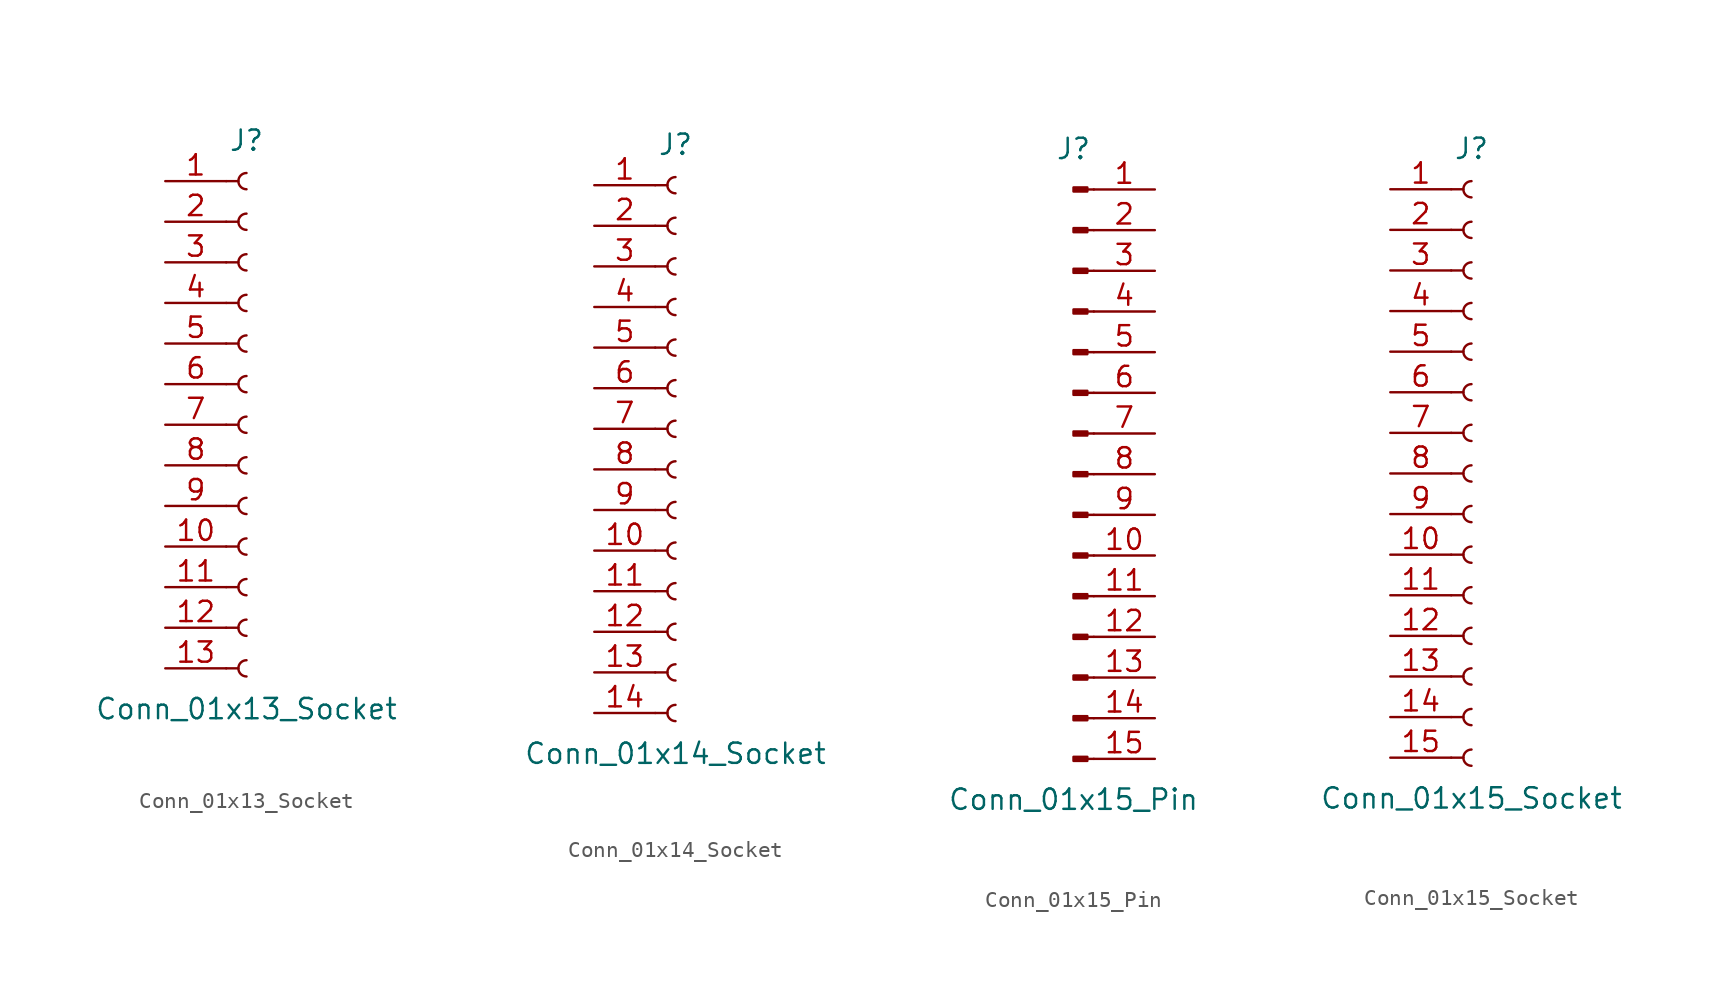
<source format=kicad_sym>
(kicad_symbol_lib
  (version 20220914)
  (generator kicad_symbol_editor)
  (symbol "Conn_01x13_Socket"
    (pin_names
      (offset 1.016) hide)
    (property "Reference" "J"
      (at 0 17.78 0)
      (effects (font (size 1.27 1.27))))
    (property "Value" "Conn_01x13_Socket"
      (at 0 -17.78 0)
      (effects (font (size 1.27 1.27))))
    (property "ki_locked" ""
      (at 0 0 0)
      (effects (font (size 1.27 1.27))))
    (symbol "Conn_01x13_Socket_1_1"
      (arc (start 0 -14.732) (mid -0.5058 -15.24) (end 0 -15.748) (stroke (width 0.1524) (type default)) (fill (type none)))
      (arc (start 0 -12.192) (mid -0.5058 -12.7) (end 0 -13.208) (stroke (width 0.1524) (type default)) (fill (type none)))
      (arc (start 0 -9.652) (mid -0.5058 -10.16) (end 0 -10.668) (stroke (width 0.1524) (type default)) (fill (type none)))
      (arc (start 0 -7.112) (mid -0.5058 -7.62) (end 0 -8.128) (stroke (width 0.1524) (type default)) (fill (type none)))
      (arc (start 0 -4.572) (mid -0.5058 -5.08) (end 0 -5.588) (stroke (width 0.1524) (type default)) (fill (type none)))
      (arc (start 0 -2.032) (mid -0.5058 -2.54) (end 0 -3.048) (stroke (width 0.1524) (type default)) (fill (type none)))
      (polyline (pts (xy -1.27 -15.24) (xy -0.508 -15.24)) (stroke (width 0.152) (type default)) (fill (type none)))
      (polyline (pts (xy -1.27 -12.7) (xy -0.508 -12.7)) (stroke (width 0.152) (type default)) (fill (type none)))
      (polyline (pts (xy -1.27 -10.16) (xy -0.508 -10.16)) (stroke (width 0.152) (type default)) (fill (type none)))
      (polyline (pts (xy -1.27 -7.62) (xy -0.508 -7.62)) (stroke (width 0.152) (type default)) (fill (type none)))
      (polyline (pts (xy -1.27 -5.08) (xy -0.508 -5.08)) (stroke (width 0.152) (type default)) (fill (type none)))
      (polyline (pts (xy -1.27 -2.54) (xy -0.508 -2.54)) (stroke (width 0.152) (type default)) (fill (type none)))
      (polyline (pts (xy -1.27 0) (xy -0.508 0)) (stroke (width 0.152) (type default)) (fill (type none)))
      (polyline (pts (xy -1.27 2.54) (xy -0.508 2.54)) (stroke (width 0.152) (type default)) (fill (type none)))
      (polyline (pts (xy -1.27 5.08) (xy -0.508 5.08)) (stroke (width 0.152) (type default)) (fill (type none)))
      (polyline (pts (xy -1.27 7.62) (xy -0.508 7.62)) (stroke (width 0.152) (type default)) (fill (type none)))
      (polyline (pts (xy -1.27 10.16) (xy -0.508 10.16)) (stroke (width 0.152) (type default)) (fill (type none)))
      (polyline (pts (xy -1.27 12.7) (xy -0.508 12.7)) (stroke (width 0.152) (type default)) (fill (type none)))
      (polyline (pts (xy -1.27 15.24) (xy -0.508 15.24)) (stroke (width 0.152) (type default)) (fill (type none)))
      (arc (start 0 0.508) (mid -0.5058 0) (end 0 -0.508) (stroke (width 0.1524) (type default)) (fill (type none)))
      (arc (start 0 3.048) (mid -0.5058 2.54) (end 0 2.032) (stroke (width 0.1524) (type default)) (fill (type none)))
      (arc (start 0 5.588) (mid -0.5058 5.08) (end 0 4.572) (stroke (width 0.1524) (type default)) (fill (type none)))
      (arc (start 0 8.128) (mid -0.5058 7.62) (end 0 7.112) (stroke (width 0.1524) (type default)) (fill (type none)))
      (arc (start 0 10.668) (mid -0.5058 10.16) (end 0 9.652) (stroke (width 0.1524) (type default)) (fill (type none)))
      (arc (start 0 13.208) (mid -0.5058 12.7) (end 0 12.192) (stroke (width 0.1524) (type default)) (fill (type none)))
      (arc (start 0 15.748) (mid -0.5058 15.24) (end 0 14.732) (stroke (width 0.1524) (type default)) (fill (type none)))
      (pin passive line (at -5.08 15.24 0) (length 3.81) (name "Pin_1" (effects (font (size 1.27 1.27)))) (number "1" (effects (font (size 1.27 1.27)))))
      (pin passive line (at -5.08 -7.62 0) (length 3.81) (name "Pin_10" (effects (font (size 1.27 1.27)))) (number "10" (effects (font (size 1.27 1.27)))))
      (pin passive line (at -5.08 -10.16 0) (length 3.81) (name "Pin_11" (effects (font (size 1.27 1.27)))) (number "11" (effects (font (size 1.27 1.27)))))
      (pin passive line (at -5.08 -12.7 0) (length 3.81) (name "Pin_12" (effects (font (size 1.27 1.27)))) (number "12" (effects (font (size 1.27 1.27)))))
      (pin passive line (at -5.08 -15.24 0) (length 3.81) (name "Pin_13" (effects (font (size 1.27 1.27)))) (number "13" (effects (font (size 1.27 1.27)))))
      (pin passive line (at -5.08 12.7 0) (length 3.81) (name "Pin_2" (effects (font (size 1.27 1.27)))) (number "2" (effects (font (size 1.27 1.27)))))
      (pin passive line (at -5.08 10.16 0) (length 3.81) (name "Pin_3" (effects (font (size 1.27 1.27)))) (number "3" (effects (font (size 1.27 1.27)))))
      (pin passive line (at -5.08 7.62 0) (length 3.81) (name "Pin_4" (effects (font (size 1.27 1.27)))) (number "4" (effects (font (size 1.27 1.27)))))
      (pin passive line (at -5.08 5.08 0) (length 3.81) (name "Pin_5" (effects (font (size 1.27 1.27)))) (number "5" (effects (font (size 1.27 1.27)))))
      (pin passive line (at -5.08 2.54 0) (length 3.81) (name "Pin_6" (effects (font (size 1.27 1.27)))) (number "6" (effects (font (size 1.27 1.27)))))
      (pin passive line (at -5.08 0 0) (length 3.81) (name "Pin_7" (effects (font (size 1.27 1.27)))) (number "7" (effects (font (size 1.27 1.27)))))
      (pin passive line (at -5.08 -2.54 0) (length 3.81) (name "Pin_8" (effects (font (size 1.27 1.27)))) (number "8" (effects (font (size 1.27 1.27)))))
      (pin passive line (at -5.08 -5.08 0) (length 3.81) (name "Pin_9" (effects (font (size 1.27 1.27)))) (number "9" (effects (font (size 1.27 1.27)))))))
  (symbol "Conn_01x14_Socket"
    (pin_names
      (offset 1.016) hide)
    (property "Reference" "J"
      (at 0 17.78 0)
      (effects (font (size 1.27 1.27))))
    (property "Value" "Conn_01x14_Socket"
      (at 0 -20.32 0)
      (effects (font (size 1.27 1.27))))
    (property "ki_locked" ""
      (at 0 0 0)
      (effects (font (size 1.27 1.27))))
    (symbol "Conn_01x14_Socket_1_1"
      (arc (start 0 -17.272) (mid -0.5058 -17.78) (end 0 -18.288) (stroke (width 0.1524) (type default)) (fill (type none)))
      (arc (start 0 -14.732) (mid -0.5058 -15.24) (end 0 -15.748) (stroke (width 0.1524) (type default)) (fill (type none)))
      (arc (start 0 -12.192) (mid -0.5058 -12.7) (end 0 -13.208) (stroke (width 0.1524) (type default)) (fill (type none)))
      (arc (start 0 -9.652) (mid -0.5058 -10.16) (end 0 -10.668) (stroke (width 0.1524) (type default)) (fill (type none)))
      (arc (start 0 -7.112) (mid -0.5058 -7.62) (end 0 -8.128) (stroke (width 0.1524) (type default)) (fill (type none)))
      (arc (start 0 -4.572) (mid -0.5058 -5.08) (end 0 -5.588) (stroke (width 0.1524) (type default)) (fill (type none)))
      (arc (start 0 -2.032) (mid -0.5058 -2.54) (end 0 -3.048) (stroke (width 0.1524) (type default)) (fill (type none)))
      (polyline (pts (xy -1.27 -17.78) (xy -0.508 -17.78)) (stroke (width 0.152) (type default)) (fill (type none)))
      (polyline (pts (xy -1.27 -15.24) (xy -0.508 -15.24)) (stroke (width 0.152) (type default)) (fill (type none)))
      (polyline (pts (xy -1.27 -12.7) (xy -0.508 -12.7)) (stroke (width 0.152) (type default)) (fill (type none)))
      (polyline (pts (xy -1.27 -10.16) (xy -0.508 -10.16)) (stroke (width 0.152) (type default)) (fill (type none)))
      (polyline (pts (xy -1.27 -7.62) (xy -0.508 -7.62)) (stroke (width 0.152) (type default)) (fill (type none)))
      (polyline (pts (xy -1.27 -5.08) (xy -0.508 -5.08)) (stroke (width 0.152) (type default)) (fill (type none)))
      (polyline (pts (xy -1.27 -2.54) (xy -0.508 -2.54)) (stroke (width 0.152) (type default)) (fill (type none)))
      (polyline (pts (xy -1.27 0) (xy -0.508 0)) (stroke (width 0.152) (type default)) (fill (type none)))
      (polyline (pts (xy -1.27 2.54) (xy -0.508 2.54)) (stroke (width 0.152) (type default)) (fill (type none)))
      (polyline (pts (xy -1.27 5.08) (xy -0.508 5.08)) (stroke (width 0.152) (type default)) (fill (type none)))
      (polyline (pts (xy -1.27 7.62) (xy -0.508 7.62)) (stroke (width 0.152) (type default)) (fill (type none)))
      (polyline (pts (xy -1.27 10.16) (xy -0.508 10.16)) (stroke (width 0.152) (type default)) (fill (type none)))
      (polyline (pts (xy -1.27 12.7) (xy -0.508 12.7)) (stroke (width 0.152) (type default)) (fill (type none)))
      (polyline (pts (xy -1.27 15.24) (xy -0.508 15.24)) (stroke (width 0.152) (type default)) (fill (type none)))
      (arc (start 0 0.508) (mid -0.5058 0) (end 0 -0.508) (stroke (width 0.1524) (type default)) (fill (type none)))
      (arc (start 0 3.048) (mid -0.5058 2.54) (end 0 2.032) (stroke (width 0.1524) (type default)) (fill (type none)))
      (arc (start 0 5.588) (mid -0.5058 5.08) (end 0 4.572) (stroke (width 0.1524) (type default)) (fill (type none)))
      (arc (start 0 8.128) (mid -0.5058 7.62) (end 0 7.112) (stroke (width 0.1524) (type default)) (fill (type none)))
      (arc (start 0 10.668) (mid -0.5058 10.16) (end 0 9.652) (stroke (width 0.1524) (type default)) (fill (type none)))
      (arc (start 0 13.208) (mid -0.5058 12.7) (end 0 12.192) (stroke (width 0.1524) (type default)) (fill (type none)))
      (arc (start 0 15.748) (mid -0.5058 15.24) (end 0 14.732) (stroke (width 0.1524) (type default)) (fill (type none)))
      (pin passive line (at -5.08 15.24 0) (length 3.81) (name "Pin_1" (effects (font (size 1.27 1.27)))) (number "1" (effects (font (size 1.27 1.27)))))
      (pin passive line (at -5.08 -7.62 0) (length 3.81) (name "Pin_10" (effects (font (size 1.27 1.27)))) (number "10" (effects (font (size 1.27 1.27)))))
      (pin passive line (at -5.08 -10.16 0) (length 3.81) (name "Pin_11" (effects (font (size 1.27 1.27)))) (number "11" (effects (font (size 1.27 1.27)))))
      (pin passive line (at -5.08 -12.7 0) (length 3.81) (name "Pin_12" (effects (font (size 1.27 1.27)))) (number "12" (effects (font (size 1.27 1.27)))))
      (pin passive line (at -5.08 -15.24 0) (length 3.81) (name "Pin_13" (effects (font (size 1.27 1.27)))) (number "13" (effects (font (size 1.27 1.27)))))
      (pin passive line (at -5.08 -17.78 0) (length 3.81) (name "Pin_14" (effects (font (size 1.27 1.27)))) (number "14" (effects (font (size 1.27 1.27)))))
      (pin passive line (at -5.08 12.7 0) (length 3.81) (name "Pin_2" (effects (font (size 1.27 1.27)))) (number "2" (effects (font (size 1.27 1.27)))))
      (pin passive line (at -5.08 10.16 0) (length 3.81) (name "Pin_3" (effects (font (size 1.27 1.27)))) (number "3" (effects (font (size 1.27 1.27)))))
      (pin passive line (at -5.08 7.62 0) (length 3.81) (name "Pin_4" (effects (font (size 1.27 1.27)))) (number "4" (effects (font (size 1.27 1.27)))))
      (pin passive line (at -5.08 5.08 0) (length 3.81) (name "Pin_5" (effects (font (size 1.27 1.27)))) (number "5" (effects (font (size 1.27 1.27)))))
      (pin passive line (at -5.08 2.54 0) (length 3.81) (name "Pin_6" (effects (font (size 1.27 1.27)))) (number "6" (effects (font (size 1.27 1.27)))))
      (pin passive line (at -5.08 0 0) (length 3.81) (name "Pin_7" (effects (font (size 1.27 1.27)))) (number "7" (effects (font (size 1.27 1.27)))))
      (pin passive line (at -5.08 -2.54 0) (length 3.81) (name "Pin_8" (effects (font (size 1.27 1.27)))) (number "8" (effects (font (size 1.27 1.27)))))
      (pin passive line (at -5.08 -5.08 0) (length 3.81) (name "Pin_9" (effects (font (size 1.27 1.27)))) (number "9" (effects (font (size 1.27 1.27)))))))
  (symbol "Conn_01x15_Pin"
    (pin_names
      (offset 1.016) hide)
    (property "Reference" "J"
      (at 0 20.32 0)
      (effects (font (size 1.27 1.27))))
    (property "Value" "Conn_01x15_Pin"
      (at 0 -20.32 0)
      (effects (font (size 1.27 1.27))))
    (property "ki_locked" ""
      (at 0 0 0)
      (effects (font (size 1.27 1.27))))
    (symbol "Conn_01x15_Pin_1_1"
      (polyline (pts (xy 1.27 -17.78) (xy 0.864 -17.78)) (stroke (width 0.152) (type default)) (fill (type none)))
      (polyline (pts (xy 1.27 -15.24) (xy 0.864 -15.24)) (stroke (width 0.152) (type default)) (fill (type none)))
      (polyline (pts (xy 1.27 -12.7) (xy 0.864 -12.7)) (stroke (width 0.152) (type default)) (fill (type none)))
      (polyline (pts (xy 1.27 -10.16) (xy 0.864 -10.16)) (stroke (width 0.152) (type default)) (fill (type none)))
      (polyline (pts (xy 1.27 -7.62) (xy 0.864 -7.62)) (stroke (width 0.152) (type default)) (fill (type none)))
      (polyline (pts (xy 1.27 -5.08) (xy 0.864 -5.08)) (stroke (width 0.152) (type default)) (fill (type none)))
      (polyline (pts (xy 1.27 -2.54) (xy 0.864 -2.54)) (stroke (width 0.152) (type default)) (fill (type none)))
      (polyline (pts (xy 1.27 0) (xy 0.864 0)) (stroke (width 0.152) (type default)) (fill (type none)))
      (polyline (pts (xy 1.27 2.54) (xy 0.864 2.54)) (stroke (width 0.152) (type default)) (fill (type none)))
      (polyline (pts (xy 1.27 5.08) (xy 0.864 5.08)) (stroke (width 0.152) (type default)) (fill (type none)))
      (polyline (pts (xy 1.27 7.62) (xy 0.864 7.62)) (stroke (width 0.152) (type default)) (fill (type none)))
      (polyline (pts (xy 1.27 10.16) (xy 0.864 10.16)) (stroke (width 0.152) (type default)) (fill (type none)))
      (polyline (pts (xy 1.27 12.7) (xy 0.864 12.7)) (stroke (width 0.152) (type default)) (fill (type none)))
      (polyline (pts (xy 1.27 15.24) (xy 0.864 15.24)) (stroke (width 0.152) (type default)) (fill (type none)))
      (polyline (pts (xy 1.27 17.78) (xy 0.864 17.78)) (stroke (width 0.152) (type default)) (fill (type none)))
      (rectangle (start 0.864 -17.653) (end 0 -17.907) (stroke (width 0.152) (type default)) (fill (type outline)))
      (rectangle (start 0.864 -15.113) (end 0 -15.367) (stroke (width 0.152) (type default)) (fill (type outline)))
      (rectangle (start 0.864 -12.573) (end 0 -12.827) (stroke (width 0.152) (type default)) (fill (type outline)))
      (rectangle (start 0.864 -10.033) (end 0 -10.287) (stroke (width 0.152) (type default)) (fill (type outline)))
      (rectangle (start 0.864 -7.493) (end 0 -7.747) (stroke (width 0.152) (type default)) (fill (type outline)))
      (rectangle (start 0.864 -4.953) (end 0 -5.207) (stroke (width 0.152) (type default)) (fill (type outline)))
      (rectangle (start 0.864 -2.413) (end 0 -2.667) (stroke (width 0.152) (type default)) (fill (type outline)))
      (rectangle (start 0.864 0.127) (end 0 -0.127) (stroke (width 0.152) (type default)) (fill (type outline)))
      (rectangle (start 0.864 2.667) (end 0 2.413) (stroke (width 0.152) (type default)) (fill (type outline)))
      (rectangle (start 0.864 5.207) (end 0 4.953) (stroke (width 0.152) (type default)) (fill (type outline)))
      (rectangle (start 0.864 7.747) (end 0 7.493) (stroke (width 0.152) (type default)) (fill (type outline)))
      (rectangle (start 0.864 10.287) (end 0 10.033) (stroke (width 0.152) (type default)) (fill (type outline)))
      (rectangle (start 0.864 12.827) (end 0 12.573) (stroke (width 0.152) (type default)) (fill (type outline)))
      (rectangle (start 0.864 15.367) (end 0 15.113) (stroke (width 0.152) (type default)) (fill (type outline)))
      (rectangle (start 0.864 17.907) (end 0 17.653) (stroke (width 0.152) (type default)) (fill (type outline)))
      (pin passive line (at 5.08 17.78 180) (length 3.81) (name "Pin_1" (effects (font (size 1.27 1.27)))) (number "1" (effects (font (size 1.27 1.27)))))
      (pin passive line (at 5.08 -5.08 180) (length 3.81) (name "Pin_10" (effects (font (size 1.27 1.27)))) (number "10" (effects (font (size 1.27 1.27)))))
      (pin passive line (at 5.08 -7.62 180) (length 3.81) (name "Pin_11" (effects (font (size 1.27 1.27)))) (number "11" (effects (font (size 1.27 1.27)))))
      (pin passive line (at 5.08 -10.16 180) (length 3.81) (name "Pin_12" (effects (font (size 1.27 1.27)))) (number "12" (effects (font (size 1.27 1.27)))))
      (pin passive line (at 5.08 -12.7 180) (length 3.81) (name "Pin_13" (effects (font (size 1.27 1.27)))) (number "13" (effects (font (size 1.27 1.27)))))
      (pin passive line (at 5.08 -15.24 180) (length 3.81) (name "Pin_14" (effects (font (size 1.27 1.27)))) (number "14" (effects (font (size 1.27 1.27)))))
      (pin passive line (at 5.08 -17.78 180) (length 3.81) (name "Pin_15" (effects (font (size 1.27 1.27)))) (number "15" (effects (font (size 1.27 1.27)))))
      (pin passive line (at 5.08 15.24 180) (length 3.81) (name "Pin_2" (effects (font (size 1.27 1.27)))) (number "2" (effects (font (size 1.27 1.27)))))
      (pin passive line (at 5.08 12.7 180) (length 3.81) (name "Pin_3" (effects (font (size 1.27 1.27)))) (number "3" (effects (font (size 1.27 1.27)))))
      (pin passive line (at 5.08 10.16 180) (length 3.81) (name "Pin_4" (effects (font (size 1.27 1.27)))) (number "4" (effects (font (size 1.27 1.27)))))
      (pin passive line (at 5.08 7.62 180) (length 3.81) (name "Pin_5" (effects (font (size 1.27 1.27)))) (number "5" (effects (font (size 1.27 1.27)))))
      (pin passive line (at 5.08 5.08 180) (length 3.81) (name "Pin_6" (effects (font (size 1.27 1.27)))) (number "6" (effects (font (size 1.27 1.27)))))
      (pin passive line (at 5.08 2.54 180) (length 3.81) (name "Pin_7" (effects (font (size 1.27 1.27)))) (number "7" (effects (font (size 1.27 1.27)))))
      (pin passive line (at 5.08 0 180) (length 3.81) (name "Pin_8" (effects (font (size 1.27 1.27)))) (number "8" (effects (font (size 1.27 1.27)))))
      (pin passive line (at 5.08 -2.54 180) (length 3.81) (name "Pin_9" (effects (font (size 1.27 1.27)))) (number "9" (effects (font (size 1.27 1.27)))))))
  (symbol "Conn_01x15_Socket"
    (pin_names
      (offset 1.016) hide)
    (property "Reference" "J"
      (at 0 20.32 0)
      (effects (font (size 1.27 1.27))))
    (property "Value" "Conn_01x15_Socket"
      (at 0 -20.32 0)
      (effects (font (size 1.27 1.27))))
    (property "ki_locked" ""
      (at 0 0 0)
      (effects (font (size 1.27 1.27))))
    (symbol "Conn_01x15_Socket_1_1"
      (arc (start 0 -17.272) (mid -0.5058 -17.78) (end 0 -18.288) (stroke (width 0.1524) (type default)) (fill (type none)))
      (arc (start 0 -14.732) (mid -0.5058 -15.24) (end 0 -15.748) (stroke (width 0.1524) (type default)) (fill (type none)))
      (arc (start 0 -12.192) (mid -0.5058 -12.7) (end 0 -13.208) (stroke (width 0.1524) (type default)) (fill (type none)))
      (arc (start 0 -9.652) (mid -0.5058 -10.16) (end 0 -10.668) (stroke (width 0.1524) (type default)) (fill (type none)))
      (arc (start 0 -7.112) (mid -0.5058 -7.62) (end 0 -8.128) (stroke (width 0.1524) (type default)) (fill (type none)))
      (arc (start 0 -4.572) (mid -0.5058 -5.08) (end 0 -5.588) (stroke (width 0.1524) (type default)) (fill (type none)))
      (arc (start 0 -2.032) (mid -0.5058 -2.54) (end 0 -3.048) (stroke (width 0.1524) (type default)) (fill (type none)))
      (polyline (pts (xy -1.27 -17.78) (xy -0.508 -17.78)) (stroke (width 0.152) (type default)) (fill (type none)))
      (polyline (pts (xy -1.27 -15.24) (xy -0.508 -15.24)) (stroke (width 0.152) (type default)) (fill (type none)))
      (polyline (pts (xy -1.27 -12.7) (xy -0.508 -12.7)) (stroke (width 0.152) (type default)) (fill (type none)))
      (polyline (pts (xy -1.27 -10.16) (xy -0.508 -10.16)) (stroke (width 0.152) (type default)) (fill (type none)))
      (polyline (pts (xy -1.27 -7.62) (xy -0.508 -7.62)) (stroke (width 0.152) (type default)) (fill (type none)))
      (polyline (pts (xy -1.27 -5.08) (xy -0.508 -5.08)) (stroke (width 0.152) (type default)) (fill (type none)))
      (polyline (pts (xy -1.27 -2.54) (xy -0.508 -2.54)) (stroke (width 0.152) (type default)) (fill (type none)))
      (polyline (pts (xy -1.27 0) (xy -0.508 0)) (stroke (width 0.152) (type default)) (fill (type none)))
      (polyline (pts (xy -1.27 2.54) (xy -0.508 2.54)) (stroke (width 0.152) (type default)) (fill (type none)))
      (polyline (pts (xy -1.27 5.08) (xy -0.508 5.08)) (stroke (width 0.152) (type default)) (fill (type none)))
      (polyline (pts (xy -1.27 7.62) (xy -0.508 7.62)) (stroke (width 0.152) (type default)) (fill (type none)))
      (polyline (pts (xy -1.27 10.16) (xy -0.508 10.16)) (stroke (width 0.152) (type default)) (fill (type none)))
      (polyline (pts (xy -1.27 12.7) (xy -0.508 12.7)) (stroke (width 0.152) (type default)) (fill (type none)))
      (polyline (pts (xy -1.27 15.24) (xy -0.508 15.24)) (stroke (width 0.152) (type default)) (fill (type none)))
      (polyline (pts (xy -1.27 17.78) (xy -0.508 17.78)) (stroke (width 0.152) (type default)) (fill (type none)))
      (arc (start 0 0.508) (mid -0.5058 0) (end 0 -0.508) (stroke (width 0.1524) (type default)) (fill (type none)))
      (arc (start 0 3.048) (mid -0.5058 2.54) (end 0 2.032) (stroke (width 0.1524) (type default)) (fill (type none)))
      (arc (start 0 5.588) (mid -0.5058 5.08) (end 0 4.572) (stroke (width 0.1524) (type default)) (fill (type none)))
      (arc (start 0 8.128) (mid -0.5058 7.62) (end 0 7.112) (stroke (width 0.1524) (type default)) (fill (type none)))
      (arc (start 0 10.668) (mid -0.5058 10.16) (end 0 9.652) (stroke (width 0.1524) (type default)) (fill (type none)))
      (arc (start 0 13.208) (mid -0.5058 12.7) (end 0 12.192) (stroke (width 0.1524) (type default)) (fill (type none)))
      (arc (start 0 15.748) (mid -0.5058 15.24) (end 0 14.732) (stroke (width 0.1524) (type default)) (fill (type none)))
      (arc (start 0 18.288) (mid -0.5058 17.78) (end 0 17.272) (stroke (width 0.1524) (type default)) (fill (type none)))
      (pin passive line (at -5.08 17.78 0) (length 3.81) (name "Pin_1" (effects (font (size 1.27 1.27)))) (number "1" (effects (font (size 1.27 1.27)))))
      (pin passive line (at -5.08 -5.08 0) (length 3.81) (name "Pin_10" (effects (font (size 1.27 1.27)))) (number "10" (effects (font (size 1.27 1.27)))))
      (pin passive line (at -5.08 -7.62 0) (length 3.81) (name "Pin_11" (effects (font (size 1.27 1.27)))) (number "11" (effects (font (size 1.27 1.27)))))
      (pin passive line (at -5.08 -10.16 0) (length 3.81) (name "Pin_12" (effects (font (size 1.27 1.27)))) (number "12" (effects (font (size 1.27 1.27)))))
      (pin passive line (at -5.08 -12.7 0) (length 3.81) (name "Pin_13" (effects (font (size 1.27 1.27)))) (number "13" (effects (font (size 1.27 1.27)))))
      (pin passive line (at -5.08 -15.24 0) (length 3.81) (name "Pin_14" (effects (font (size 1.27 1.27)))) (number "14" (effects (font (size 1.27 1.27)))))
      (pin passive line (at -5.08 -17.78 0) (length 3.81) (name "Pin_15" (effects (font (size 1.27 1.27)))) (number "15" (effects (font (size 1.27 1.27)))))
      (pin passive line (at -5.08 15.24 0) (length 3.81) (name "Pin_2" (effects (font (size 1.27 1.27)))) (number "2" (effects (font (size 1.27 1.27)))))
      (pin passive line (at -5.08 12.7 0) (length 3.81) (name "Pin_3" (effects (font (size 1.27 1.27)))) (number "3" (effects (font (size 1.27 1.27)))))
      (pin passive line (at -5.08 10.16 0) (length 3.81) (name "Pin_4" (effects (font (size 1.27 1.27)))) (number "4" (effects (font (size 1.27 1.27)))))
      (pin passive line (at -5.08 7.62 0) (length 3.81) (name "Pin_5" (effects (font (size 1.27 1.27)))) (number "5" (effects (font (size 1.27 1.27)))))
      (pin passive line (at -5.08 5.08 0) (length 3.81) (name "Pin_6" (effects (font (size 1.27 1.27)))) (number "6" (effects (font (size 1.27 1.27)))))
      (pin passive line (at -5.08 2.54 0) (length 3.81) (name "Pin_7" (effects (font (size 1.27 1.27)))) (number "7" (effects (font (size 1.27 1.27)))))
      (pin passive line (at -5.08 0 0) (length 3.81) (name "Pin_8" (effects (font (size 1.27 1.27)))) (number "8" (effects (font (size 1.27 1.27)))))
      (pin passive line (at -5.08 -2.54 0) (length 3.81) (name "Pin_9" (effects (font (size 1.27 1.27)))) (number "9" (effects (font (size 1.27 1.27))))))))
</source>
